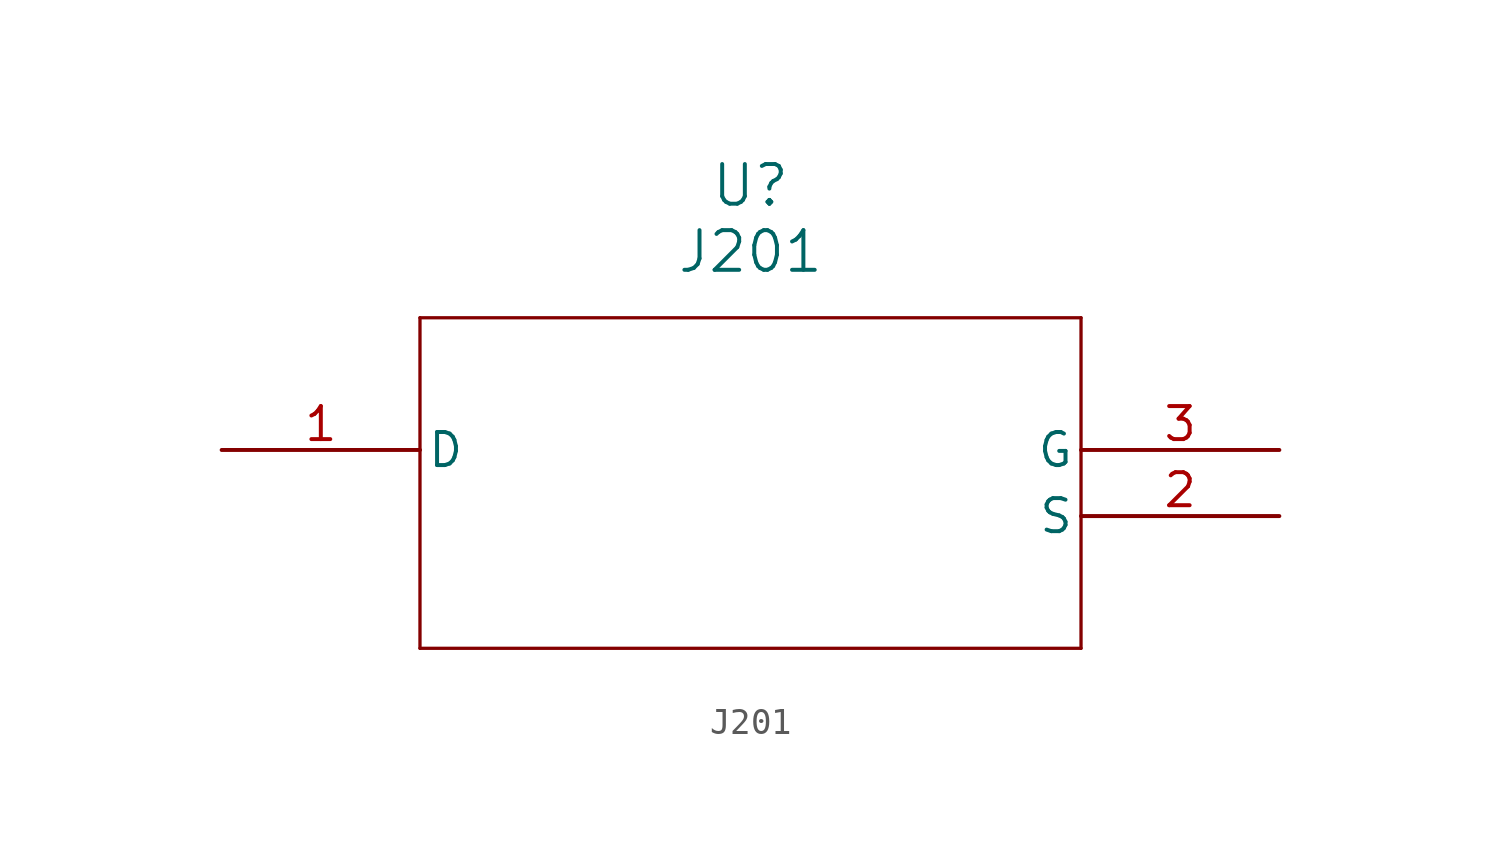
<source format=kicad_sym>
(kicad_symbol_lib
  (version 20231120)
  (generator "kicad_symbol_editor")
  (generator_version "8.0")
  (symbol "J201"
    (pin_names
      (offset 0.254))
    (property "Reference" "U"
      (at 20.32 10.16 0)
      (effects (font (size 1.524 1.524))))
    (property "Value" "J201"
      (at 20.32 7.62 0)
      (effects (font (size 1.524 1.524))))
    (property "ki_locked" ""
      (at 0 0 0)
      (effects (font (size 1.27 1.27))))
    (symbol "J201_0_1"
      (polyline (pts (xy 7.62 -7.62) (xy 33.02 -7.62)) (stroke (width 0.127) (type default)) (fill (type none)))
      (polyline (pts (xy 7.62 5.08) (xy 7.62 -7.62)) (stroke (width 0.127) (type default)) (fill (type none)))
      (polyline (pts (xy 33.02 -7.62) (xy 33.02 5.08)) (stroke (width 0.127) (type default)) (fill (type none)))
      (polyline (pts (xy 33.02 5.08) (xy 7.62 5.08)) (stroke (width 0.127) (type default)) (fill (type none)))
      (pin input line (at 0 0 0) (length 7.62) (name "D" (effects (font (size 1.27 1.27)))) (number "1" (effects (font (size 1.27 1.27))))))
    (symbol "J201_1_1"
      (pin power_in line (at 40.64 -2.54 180) (length 7.62) (name "S" (effects (font (size 1.27 1.27)))) (number "2" (effects (font (size 1.27 1.27)))))
      (pin output line (at 40.64 0 180) (length 7.62) (name "G" (effects (font (size 1.27 1.27)))) (number "3" (effects (font (size 1.27 1.27))))))))
</source>
